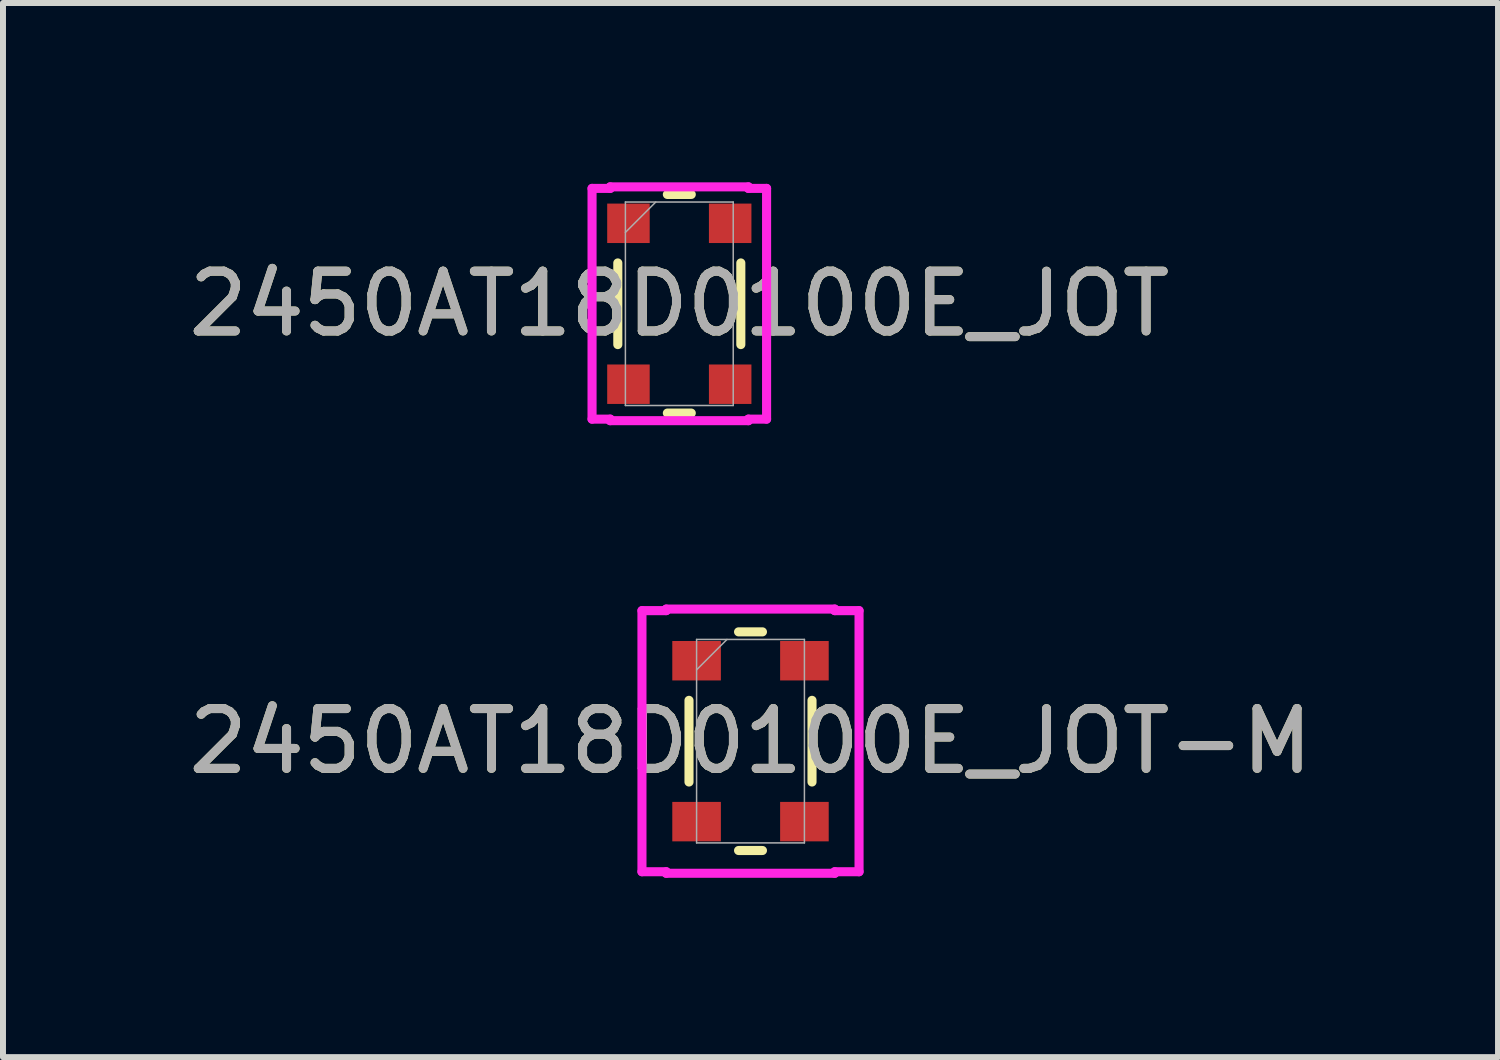
<source format=kicad_pcb>
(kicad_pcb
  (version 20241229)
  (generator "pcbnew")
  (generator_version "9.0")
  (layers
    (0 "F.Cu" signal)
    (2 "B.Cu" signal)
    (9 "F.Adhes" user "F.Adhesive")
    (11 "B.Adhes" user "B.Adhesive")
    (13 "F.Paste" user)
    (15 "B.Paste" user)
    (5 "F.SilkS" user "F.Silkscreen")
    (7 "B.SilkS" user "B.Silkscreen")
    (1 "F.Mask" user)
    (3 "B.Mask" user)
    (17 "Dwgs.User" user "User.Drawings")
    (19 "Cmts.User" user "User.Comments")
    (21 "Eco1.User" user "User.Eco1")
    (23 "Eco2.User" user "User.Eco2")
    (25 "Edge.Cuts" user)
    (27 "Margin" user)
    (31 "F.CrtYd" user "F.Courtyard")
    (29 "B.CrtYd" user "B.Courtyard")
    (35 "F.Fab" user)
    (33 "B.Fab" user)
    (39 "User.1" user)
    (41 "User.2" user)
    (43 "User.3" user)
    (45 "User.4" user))
  (footprint "2450AT18D0100E_JOT-M"
    (layer "F.Cu")
    (at 9.506 9.35)
    (property "Reference" "2450AT18D0100E_JOT-M" (at 0 0 0) (unlocked yes) (layer "F.SilkS") (effects (font (size 1 1) (thickness 0.15))))
    (attr smd)
    (fp_line (start -1.029 -0.683) (end -1.029 0.683) (stroke (width 0.152) (type solid)) (layer "F.SilkS"))
    (fp_line (start -0.2 1.829) (end 0.2 1.829) (stroke (width 0.152) (type solid)) (layer "F.SilkS"))
    (fp_line (start 0.2 -1.829) (end -0.2 -1.829) (stroke (width 0.152) (type solid)) (layer "F.SilkS"))
    (fp_line (start 1.029 0.683) (end 1.029 -0.683) (stroke (width 0.152) (type solid)) (layer "F.SilkS"))
    (fp_line (start -1.816 -2.184) (end -1.41 -2.184) (stroke (width 0.152) (type solid)) (layer "F.CrtYd"))
    (fp_line (start -1.816 2.184) (end -1.816 -2.184) (stroke (width 0.152) (type solid)) (layer "F.CrtYd"))
    (fp_line (start -1.816 2.184) (end -1.41 2.184) (stroke (width 0.152) (type solid)) (layer "F.CrtYd"))
    (fp_line (start -1.41 -2.21) (end 1.41 -2.21) (stroke (width 0.152) (type solid)) (layer "F.CrtYd"))
    (fp_line (start -1.41 -2.184) (end -1.41 -2.21) (stroke (width 0.152) (type solid)) (layer "F.CrtYd"))
    (fp_line (start -1.41 2.21) (end -1.41 2.184) (stroke (width 0.152) (type solid)) (layer "F.CrtYd"))
    (fp_line (start 1.41 -2.21) (end 1.41 -2.184) (stroke (width 0.152) (type solid)) (layer "F.CrtYd"))
    (fp_line (start 1.41 2.184) (end 1.41 2.21) (stroke (width 0.152) (type solid)) (layer "F.CrtYd"))
    (fp_line (start 1.41 2.21) (end -1.41 2.21) (stroke (width 0.152) (type solid)) (layer "F.CrtYd"))
    (fp_line (start 1.816 -2.184) (end 1.41 -2.184) (stroke (width 0.152) (type solid)) (layer "F.CrtYd"))
    (fp_line (start 1.816 -2.184) (end 1.816 2.184) (stroke (width 0.152) (type solid)) (layer "F.CrtYd"))
    (fp_line (start 1.816 2.184) (end 1.41 2.184) (stroke (width 0.152) (type solid)) (layer "F.CrtYd"))
    (fp_line (start -0.902 -1.702) (end -0.902 1.702) (stroke (width 0.025) (type solid)) (layer "F.Fab"))
    (fp_line (start -0.902 1.702) (end 0.902 1.702) (stroke (width 0.025) (type solid)) (layer "F.Fab"))
    (fp_line (start -0.394 -1.702) (end -0.902 -1.194) (stroke (width 0.025) (type solid)) (layer "F.Fab"))
    (fp_line (start 0.902 -1.702) (end -0.902 -1.702) (stroke (width 0.025) (type solid)) (layer "F.Fab"))
    (fp_line (start 0.902 1.702) (end 0.902 -1.702) (stroke (width 0.025) (type solid)) (layer "F.Fab"))
    (fp_text user "${REFERENCE}" (at 0 0 0) (unlocked yes) (layer "F.Fab") (effects (font (size 1 1) (thickness 0.15))))
    (pad "1" smd rect (at -0.902 -1.346) (size 0.813 0.66) (layers "F.Cu" "F.Mask" "F.Paste"))
    (pad "2" smd rect (at -0.902 1.346) (size 0.813 0.66) (layers "F.Cu" "F.Mask" "F.Paste"))
    (pad "3" smd rect (at 0.902 1.346) (size 0.813 0.66) (layers "F.Cu" "F.Mask" "F.Paste"))
    (pad "4" smd rect (at 0.902 -1.346) (size 0.813 0.66) (layers "F.Cu" "F.Mask" "F.Paste")))
  (footprint "2450AT18D0100E_JOT"
    (layer "F.Cu")
    (at 8.315 2.032)
    (property "Reference" "2450AT18D0100E_JOT" (at 0 0 0) (unlocked yes) (layer "F.SilkS") (effects (font (size 1 1) (thickness 0.15))))
    (attr smd)
    (fp_line (start -1.029 -0.683) (end -1.029 0.683) (stroke (width 0.152) (type solid)) (layer "F.SilkS"))
    (fp_line (start -0.2 1.829) (end 0.2 1.829) (stroke (width 0.152) (type solid)) (layer "F.SilkS"))
    (fp_line (start 0.2 -1.829) (end -0.2 -1.829) (stroke (width 0.152) (type solid)) (layer "F.SilkS"))
    (fp_line (start 1.029 0.683) (end 1.029 -0.683) (stroke (width 0.152) (type solid)) (layer "F.SilkS"))
    (fp_line (start -1.46 -1.93) (end -1.156 -1.93) (stroke (width 0.152) (type solid)) (layer "F.CrtYd"))
    (fp_line (start -1.46 1.93) (end -1.46 -1.93) (stroke (width 0.152) (type solid)) (layer "F.CrtYd"))
    (fp_line (start -1.46 1.93) (end -1.156 1.93) (stroke (width 0.152) (type solid)) (layer "F.CrtYd"))
    (fp_line (start -1.156 -1.956) (end 1.156 -1.956) (stroke (width 0.152) (type solid)) (layer "F.CrtYd"))
    (fp_line (start -1.156 -1.93) (end -1.156 -1.956) (stroke (width 0.152) (type solid)) (layer "F.CrtYd"))
    (fp_line (start -1.156 1.956) (end -1.156 1.93) (stroke (width 0.152) (type solid)) (layer "F.CrtYd"))
    (fp_line (start 1.156 -1.956) (end 1.156 -1.93) (stroke (width 0.152) (type solid)) (layer "F.CrtYd"))
    (fp_line (start 1.156 1.93) (end 1.156 1.956) (stroke (width 0.152) (type solid)) (layer "F.CrtYd"))
    (fp_line (start 1.156 1.956) (end -1.156 1.956) (stroke (width 0.152) (type solid)) (layer "F.CrtYd"))
    (fp_line (start 1.46 -1.93) (end 1.156 -1.93) (stroke (width 0.152) (type solid)) (layer "F.CrtYd"))
    (fp_line (start 1.46 -1.93) (end 1.46 1.93) (stroke (width 0.152) (type solid)) (layer "F.CrtYd"))
    (fp_line (start 1.46 1.93) (end 1.156 1.93) (stroke (width 0.152) (type solid)) (layer "F.CrtYd"))
    (fp_line (start -0.902 -1.702) (end -0.902 1.702) (stroke (width 0.025) (type solid)) (layer "F.Fab"))
    (fp_line (start -0.902 1.702) (end 0.902 1.702) (stroke (width 0.025) (type solid)) (layer "F.Fab"))
    (fp_line (start -0.394 -1.702) (end -0.902 -1.194) (stroke (width 0.025) (type solid)) (layer "F.Fab"))
    (fp_line (start 0.902 -1.702) (end -0.902 -1.702) (stroke (width 0.025) (type solid)) (layer "F.Fab"))
    (fp_line (start 0.902 1.702) (end 0.902 -1.702) (stroke (width 0.025) (type solid)) (layer "F.Fab"))
    (fp_text user "${REFERENCE}" (at 0 0 0) (unlocked yes) (layer "F.Fab") (effects (font (size 1 1) (thickness 0.15))))
    (pad "1" smd rect (at -0.851 -1.346) (size 0.711 0.66) (layers "F.Cu" "F.Mask" "F.Paste"))
    (pad "2" smd rect (at -0.851 1.346) (size 0.711 0.66) (layers "F.Cu" "F.Mask" "F.Paste"))
    (pad "3" smd rect (at 0.851 1.346) (size 0.711 0.66) (layers "F.Cu" "F.Mask" "F.Paste"))
    (pad "4" smd rect (at 0.851 -1.346) (size 0.711 0.66) (layers "F.Cu" "F.Mask" "F.Paste")))
  (gr_rect
    (start -3 -3)
    (end 22.012 14.636)
    (stroke (width 0.1) (type default))
    (fill no)
    (layer "Edge.Cuts")))
</source>
